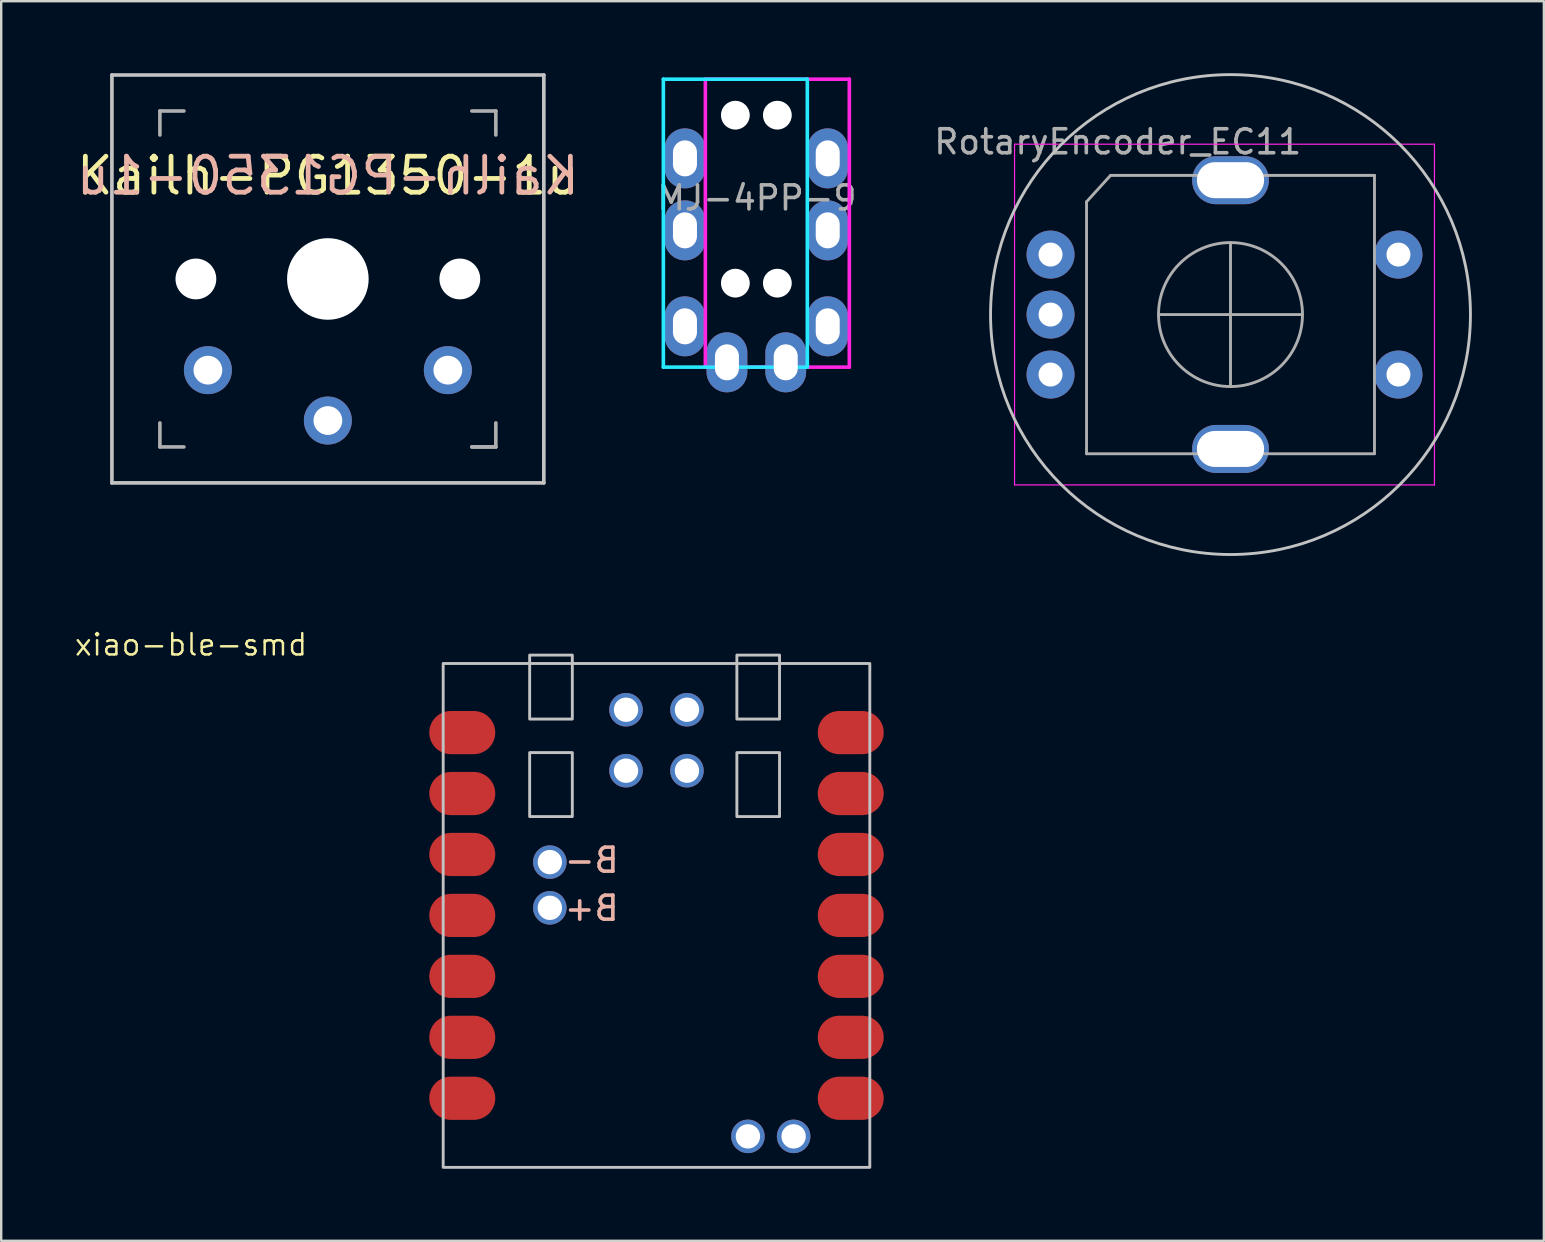
<source format=kicad_pcb>
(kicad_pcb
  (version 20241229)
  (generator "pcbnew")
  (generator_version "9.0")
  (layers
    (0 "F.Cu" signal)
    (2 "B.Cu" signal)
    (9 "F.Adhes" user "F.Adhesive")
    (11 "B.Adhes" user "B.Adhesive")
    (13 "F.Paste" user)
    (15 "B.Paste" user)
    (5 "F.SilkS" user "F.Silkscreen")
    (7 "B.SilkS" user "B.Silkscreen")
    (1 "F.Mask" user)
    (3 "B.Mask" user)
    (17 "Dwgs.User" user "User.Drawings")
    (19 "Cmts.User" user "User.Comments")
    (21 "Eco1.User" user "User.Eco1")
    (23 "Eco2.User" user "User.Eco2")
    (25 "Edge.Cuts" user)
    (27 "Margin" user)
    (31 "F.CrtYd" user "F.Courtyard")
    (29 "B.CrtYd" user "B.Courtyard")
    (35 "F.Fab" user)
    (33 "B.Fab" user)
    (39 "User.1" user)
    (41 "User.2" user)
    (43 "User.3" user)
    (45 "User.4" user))
  (footprint "MJ-4PP-9"
    (layer "F.Cu")
    (at 28.471 0.25)
    (property "Reference" "MJ-4PP-9" (at 0.025 4.95 0) (layer "F.Fab") (effects (font (size 1 1) (thickness 0.15))))
    (attr through_hole)
    (fp_line (start -3.875 0) (end 2.125 0) (stroke (width 0.15) (type solid)) (layer "B.CrtYd"))
    (fp_line (start -3.875 12) (end -3.875 0) (stroke (width 0.15) (type solid)) (layer "B.CrtYd"))
    (fp_line (start 2.125 0) (end 2.125 12) (stroke (width 0.15) (type solid)) (layer "B.CrtYd"))
    (fp_line (start 2.125 12) (end -3.875 12) (stroke (width 0.15) (type solid)) (layer "B.CrtYd"))
    (fp_line (start -2.125 0) (end 3.875 0) (stroke (width 0.15) (type solid)) (layer "F.CrtYd"))
    (fp_line (start -2.125 12) (end -2.125 0) (stroke (width 0.15) (type solid)) (layer "F.CrtYd"))
    (fp_line (start 3.875 0) (end 3.875 12) (stroke (width 0.15) (type solid)) (layer "F.CrtYd"))
    (fp_line (start 3.875 12) (end -2.125 12) (stroke (width 0.15) (type solid)) (layer "F.CrtYd"))
    (pad "" np_thru_hole circle (at -0.875 1.5) (size 1.2 1.2) (drill 1.2) (layers "*.Cu" "*.Mask"))
    (pad "" np_thru_hole circle (at -0.875 8.5) (size 1.2 1.2) (drill 1.2) (layers "*.Cu" "*.Mask"))
    (pad "" np_thru_hole circle (at 0.875 1.5) (size 1.2 1.2) (drill 1.2) (layers "*.Cu" "*.Mask"))
    (pad "" np_thru_hole circle (at 0.875 8.5) (size 1.2 1.2) (drill 1.2) (layers "*.Cu" "*.Mask"))
    (pad "A" thru_hole oval (at -1.225 11.8) (size 1.7 2.5) (drill oval 1 1.5) (layers "*.Cu" "B.Mask"))
    (pad "A" thru_hole oval (at 1.225 11.8) (size 1.7 2.5) (drill oval 1 1.5) (layers "*.Cu" "F.Mask"))
    (pad "B" thru_hole oval (at -2.975 3.3) (size 1.7 2.5) (drill oval 1 1.5) (layers "*.Cu" "F.Mask"))
    (pad "B" thru_hole oval (at 2.975 3.3) (size 1.7 2.5) (drill oval 1 1.5) (layers "*.Cu" "B.Mask"))
    (pad "C" thru_hole oval (at -2.975 6.3) (size 1.7 2.5) (drill oval 1 1.5) (layers "*.Cu" "F.Mask"))
    (pad "C" thru_hole oval (at 2.975 6.3) (size 1.7 2.5) (drill oval 1 1.5) (layers "*.Cu" "B.Mask"))
    (pad "D" thru_hole oval (at -2.975 10.3) (size 1.7 2.5) (drill oval 1 1.5) (layers "*.Cu" "F.Mask"))
    (pad "D" thru_hole oval (at 2.975 10.3) (size 1.7 2.5) (drill oval 1 1.5) (layers "*.Cu" "B.Mask")))
  (footprint "Kailh-PG1350-1u"
    (layer "F.Cu")
    (at 10.614 8.576)
    (property "Reference" "Kailh-PG1350-1u" (at 0 -4.3 180) (layer "F.SilkS") (effects (font (size 1.5 1.5) (thickness 0.2))))
    (attr through_hole)
    (fp_line (start -9 -8.5) (end 9 -8.5) (stroke (width 0.152) (type solid)) (layer "Dwgs.User"))
    (fp_line (start -9 8.5) (end -9 -8.5) (stroke (width 0.152) (type solid)) (layer "Dwgs.User"))
    (fp_line (start 9 -8.5) (end 9 8.5) (stroke (width 0.152) (type solid)) (layer "Dwgs.User"))
    (fp_line (start 9 8.5) (end -9 8.5) (stroke (width 0.152) (type solid)) (layer "Dwgs.User"))
    (fp_line (start -7.5 -7.5) (end 7.5 -7.5) (stroke (width 0.152) (type solid)) (layer "Eco2.User"))
    (fp_line (start -7.5 7.5) (end -7.5 -7.5) (stroke (width 0.152) (type solid)) (layer "Eco2.User"))
    (fp_line (start 7.5 -7.5) (end 7.5 7.5) (stroke (width 0.152) (type solid)) (layer "Eco2.User"))
    (fp_line (start 7.5 7.5) (end -7.5 7.5) (stroke (width 0.152) (type solid)) (layer "Eco2.User"))
    (fp_line (start -7 -6) (end -7 -7) (stroke (width 0.15) (type solid)) (layer "F.Fab"))
    (fp_line (start -7 7) (end -7 6) (stroke (width 0.15) (type solid)) (layer "F.Fab"))
    (fp_line (start -7 7) (end -6 7) (stroke (width 0.15) (type solid)) (layer "F.Fab"))
    (fp_line (start -6 -7) (end -7 -7) (stroke (width 0.15) (type solid)) (layer "F.Fab"))
    (fp_line (start 6 7) (end 7 7) (stroke (width 0.15) (type solid)) (layer "F.Fab"))
    (fp_line (start 7 -7) (end 6 -7) (stroke (width 0.15) (type solid)) (layer "F.Fab"))
    (fp_line (start 7 -7) (end 7 -6) (stroke (width 0.15) (type solid)) (layer "F.Fab"))
    (fp_line (start 7 6) (end 7 7) (stroke (width 0.15) (type solid)) (layer "F.Fab"))
    (fp_line (start 7 7) (end 6 7) (stroke (width 0.15) (type solid)) (layer "F.Fab"))
    (fp_text user "${REFERENCE}" (at 0 -4.3 0) (unlocked yes) (layer "B.SilkS") (effects (font (size 1.5 1.5) (thickness 0.2)) (justify mirror)))
    (pad "" np_thru_hole circle (at -5.5 0 180) (size 1.7 1.7) (drill 1.7) (layers "*.Cu" "*.Mask"))
    (pad "" np_thru_hole circle (at 0 0 180) (size 3.4 3.4) (drill 3.4) (layers "*.Cu" "*.Mask"))
    (pad "" np_thru_hole circle (at 5.5 0 180) (size 1.7 1.7) (drill 1.7) (layers "*.Cu" "*.Mask"))
    (pad "1" thru_hole circle (at 0 5.9 180) (size 2 2) (drill 1.2) (layers "*.Cu" "*.Mask"))
    (pad "2" thru_hole circle (at -5 3.8 41.9) (size 2 2) (drill 1.2) (layers "*.Cu" "B.Mask"))
    (pad "2" thru_hole circle (at 5 3.8 41.9) (size 2 2) (drill 1.2) (layers "*.Cu" "F.Mask")))
  (footprint "RotaryEncoder_EC11"
    (layer "F.Cu")
    (at 48.232 10.06)
    (property "Reference" "RotaryEncoder_EC11" (at -4.7 -7.2 0) (layer "F.Fab") (effects (font (size 1 1) (thickness 0.15))))
    (attr through_hole)
    (fp_circle (center 0 0) (end 10 0) (stroke (width 0.12) (type solid)) (fill no) (layer "Dwgs.User"))
    (fp_line (start -9 -7.1) (end -9 7.1) (stroke (width 0.05) (type solid)) (layer "F.CrtYd"))
    (fp_line (start -9 -7.1) (end 8.5 -7.1) (stroke (width 0.05) (type solid)) (layer "F.CrtYd"))
    (fp_line (start 8.5 7.1) (end -9 7.1) (stroke (width 0.05) (type solid)) (layer "F.CrtYd"))
    (fp_line (start 8.5 7.1) (end 8.5 -7.1) (stroke (width 0.05) (type solid)) (layer "F.CrtYd"))
    (fp_line (start -6 -4.7) (end -5 -5.8) (stroke (width 0.12) (type solid)) (layer "F.Fab"))
    (fp_line (start -6 5.8) (end -6 -4.7) (stroke (width 0.12) (type solid)) (layer "F.Fab"))
    (fp_line (start -5 -5.8) (end 6 -5.8) (stroke (width 0.12) (type solid)) (layer "F.Fab"))
    (fp_line (start -3 0) (end 3 0) (stroke (width 0.12) (type solid)) (layer "F.Fab"))
    (fp_line (start 0 -3) (end 0 3) (stroke (width 0.12) (type solid)) (layer "F.Fab"))
    (fp_line (start 6 -5.8) (end 6 5.8) (stroke (width 0.12) (type solid)) (layer "F.Fab"))
    (fp_line (start 6 5.8) (end -6 5.8) (stroke (width 0.12) (type solid)) (layer "F.Fab"))
    (fp_circle (center 0 0) (end 3 0) (stroke (width 0.12) (type solid)) (fill no) (layer "F.Fab"))
    (pad "" np_thru_hole oval (at 0 -5.6) (size 3.2 2) (drill oval 2.8 1.5) (layers "*.Cu" "*.Mask"))
    (pad "" np_thru_hole oval (at 0 5.6) (size 3.2 2) (drill oval 2.8 1.5) (layers "*.Cu" "*.Mask"))
    (pad "A" thru_hole circle (at -7.5 -2.5) (size 2 2) (drill 1) (layers "*.Cu" "*.Mask"))
    (pad "B" thru_hole circle (at -7.5 2.5) (size 2 2) (drill 1) (layers "*.Cu" "*.Mask"))
    (pad "C" thru_hole circle (at -7.5 0) (size 2 2) (drill 1) (layers "*.Cu" "*.Mask"))
    (pad "S1" thru_hole circle (at 7 2.5) (size 2 2) (drill 1) (layers "*.Cu" "*.Mask"))
    (pad "S2" thru_hole circle (at 7 -2.5) (size 2 2) (drill 1) (layers "*.Cu" "*.Mask")))
  (footprint "xiao-ble-smd"
    (layer "F.Cu")
    (at 24.31 35.101)
    (property "Reference" "xiao-ble-smd" (at -19.399 -11.283 0) (layer "F.SilkS") (effects (font (size 0.889 0.889) (thickness 0.102))))
    (attr smd exclude_from_pos_files)
    (fp_rect (start -8.89 10.5) (end 8.89 -10.5) (stroke (width 0.12) (type solid)) (fill no) (layer "Dwgs.User"))
    (fp_rect (start -5.286 -6.786) (end -3.508 -4.119) (stroke (width 0.12) (type solid)) (fill no) (layer "Dwgs.User"))
    (fp_rect (start -3.508 -8.183) (end -5.286 -10.85) (stroke (width 0.12) (type solid)) (fill no) (layer "Dwgs.User"))
    (fp_rect (start 3.35 -10.85) (end 5.128 -8.183) (stroke (width 0.12) (type solid)) (fill no) (layer "Dwgs.User"))
    (fp_rect (start 3.35 -6.786) (end 5.128 -4.119) (stroke (width 0.12) (type solid)) (fill no) (layer "Dwgs.User"))
    (fp_text user "B+" (at -2.7 -0.3 0) (unlocked yes) (layer "B.SilkS") (effects (font (size 1 1) (thickness 0.15)) (justify mirror)))
    (fp_text user "B-" (at -2.7 -2.3 0) (unlocked yes) (layer "B.SilkS") (effects (font (size 1 1) (thickness 0.15)) (justify mirror)))
    (pad "1" smd oval (at -8.57 -7.62 180) (size 2.75 1.8) (drill (offset -0.475 0)) (layers "F.Cu" "F.Mask" "F.Paste"))
    (pad "2" smd oval (at -8.57 -5.08 180) (size 2.75 1.8) (drill (offset -0.475 0)) (layers "F.Cu" "F.Mask" "F.Paste"))
    (pad "3" smd oval (at -8.57 -2.54 180) (size 2.75 1.8) (drill (offset -0.475 0)) (layers "F.Cu" "F.Mask" "F.Paste"))
    (pad "4" smd oval (at -8.57 0 180) (size 2.75 1.8) (drill (offset -0.475 0)) (layers "F.Cu" "F.Mask" "F.Paste"))
    (pad "5" smd oval (at -8.57 2.54 180) (size 2.75 1.8) (drill (offset -0.475 0)) (layers "F.Cu" "F.Mask" "F.Paste"))
    (pad "6" smd oval (at -8.57 5.08 180) (size 2.75 1.8) (drill (offset -0.475 0)) (layers "F.Cu" "F.Mask" "F.Paste"))
    (pad "7" smd oval (at -8.57 7.62 180) (size 2.75 1.8) (drill (offset -0.475 0)) (layers "F.Cu" "F.Mask" "F.Paste"))
    (pad "8" smd oval (at 8.57 7.62) (size 2.75 1.8) (drill (offset -0.475 0)) (layers "F.Cu" "F.Mask" "F.Paste"))
    (pad "9" smd oval (at 8.57 5.08) (size 2.75 1.8) (drill (offset -0.475 0)) (layers "F.Cu" "F.Mask" "F.Paste"))
    (pad "10" smd oval (at 8.57 2.54) (size 2.75 1.8) (drill (offset -0.475 0)) (layers "F.Cu" "F.Mask" "F.Paste"))
    (pad "11" smd oval (at 8.57 0) (size 2.75 1.8) (drill (offset -0.475 0)) (layers "F.Cu" "F.Mask" "F.Paste"))
    (pad "12" smd oval (at 8.57 -2.54) (size 2.75 1.8) (drill (offset -0.475 0)) (layers "F.Cu" "F.Mask" "F.Paste"))
    (pad "13" smd oval (at 8.57 -5.08) (size 2.75 1.8) (drill (offset -0.475 0)) (layers "F.Cu" "F.Mask" "F.Paste"))
    (pad "14" smd oval (at 8.57 -7.62) (size 2.75 1.8) (drill (offset -0.475 0)) (layers "F.Cu" "F.Mask" "F.Paste"))
    (pad "15" thru_hole circle (at -1.27 -8.572 90) (size 1.397 1.397) (drill 1.016) (layers "*.Cu" "*.Mask"))
    (pad "16" thru_hole circle (at 1.27 -8.572 90) (size 1.397 1.397) (drill 1.016) (layers "*.Cu" "*.Mask"))
    (pad "17" thru_hole circle (at -1.27 -6.032 90) (size 1.397 1.397) (drill 1.016) (layers "*.Cu" "*.Mask"))
    (pad "18" thru_hole circle (at 1.27 -6.032 90) (size 1.397 1.397) (drill 1.016) (layers "*.Cu" "*.Mask"))
    (pad "19" thru_hole circle (at -4.445 -0.317 180) (size 1.397 1.397) (drill 1.016) (layers "*.Cu" "*.Mask"))
    (pad "20" thru_hole circle (at -4.445 -2.222 180) (size 1.397 1.397) (drill 1.016) (layers "*.Cu" "*.Mask"))
    (pad "21" thru_hole circle (at 3.81 9.208 180) (size 1.397 1.397) (drill 1.016) (layers "*.Cu" "*.Mask"))
    (pad "22" thru_hole circle (at 5.715 9.208 180) (size 1.397 1.397) (drill 1.016) (layers "*.Cu" "*.Mask")))
  (gr_rect
    (start -3 -3)
    (end 61.292 48.661)
    (stroke (width 0.1) (type default))
    (fill no)
    (layer "Edge.Cuts")))
</source>
